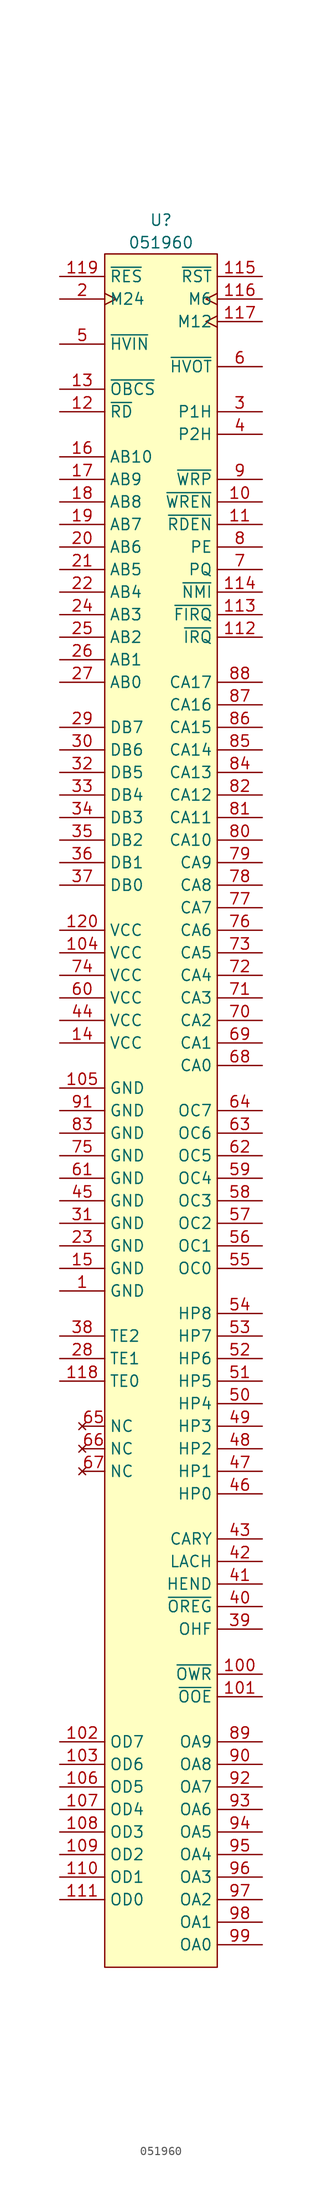
<source format=kicad_sym>
(kicad_symbol_lib
  (version 20231120)
  (generator "kicad_symbol_editor")
  (generator_version "8.0")
  (symbol "051960"
    (property "Reference" "U"
      (at 0 100.33 0)
      (effects (font (size 1.27 1.27))))
    (property "Value" "051960"
      (at 0 97.79 0)
      (effects (font (size 1.27 1.27))))
    (symbol "051960_1_0"
      (pin bidirectional line (at 11.43 -63.5 180) (length 5.08) (name "~{OWR}" (effects (font (size 1.27 1.27)))) (number "100" (effects (font (size 1.27 1.27)))))
      (pin output line (at 11.43 -66.04 180) (length 5.08) (name "~{OOE}" (effects (font (size 1.27 1.27)))) (number "101" (effects (font (size 1.27 1.27)))))
      (pin bidirectional line (at -11.43 -71.12 0) (length 5.08) (name "OD7" (effects (font (size 1.27 1.27)))) (number "102" (effects (font (size 1.27 1.27)))))
      (pin bidirectional line (at -11.43 -73.66 0) (length 5.08) (name "OD6" (effects (font (size 1.27 1.27)))) (number "103" (effects (font (size 1.27 1.27)))))
      (pin bidirectional line (at -11.43 -76.2 0) (length 5.08) (name "OD5" (effects (font (size 1.27 1.27)))) (number "106" (effects (font (size 1.27 1.27)))))
      (pin bidirectional line (at -11.43 -78.74 0) (length 5.08) (name "OD4" (effects (font (size 1.27 1.27)))) (number "107" (effects (font (size 1.27 1.27)))))
      (pin bidirectional line (at -11.43 -81.28 0) (length 5.08) (name "OD3" (effects (font (size 1.27 1.27)))) (number "108" (effects (font (size 1.27 1.27)))))
      (pin bidirectional line (at -11.43 -83.82 0) (length 5.08) (name "OD2" (effects (font (size 1.27 1.27)))) (number "109" (effects (font (size 1.27 1.27)))))
      (pin bidirectional line (at -11.43 -86.36 0) (length 5.08) (name "OD1" (effects (font (size 1.27 1.27)))) (number "110" (effects (font (size 1.27 1.27)))))
      (pin bidirectional line (at -11.43 -88.9 0) (length 5.08) (name "OD0" (effects (font (size 1.27 1.27)))) (number "111" (effects (font (size 1.27 1.27)))))
      (pin input line (at -11.43 73.66 0) (length 5.08) (name "AB10" (effects (font (size 1.27 1.27)))) (number "16" (effects (font (size 1.27 1.27)))))
      (pin input line (at -11.43 71.12 0) (length 5.08) (name "AB9" (effects (font (size 1.27 1.27)))) (number "17" (effects (font (size 1.27 1.27)))))
      (pin input line (at -11.43 68.58 0) (length 5.08) (name "AB8" (effects (font (size 1.27 1.27)))) (number "18" (effects (font (size 1.27 1.27)))))
      (pin input line (at -11.43 66.04 0) (length 5.08) (name "AB7" (effects (font (size 1.27 1.27)))) (number "19" (effects (font (size 1.27 1.27)))))
      (pin input line (at -11.43 63.5 0) (length 5.08) (name "AB6" (effects (font (size 1.27 1.27)))) (number "20" (effects (font (size 1.27 1.27)))))
      (pin input line (at -11.43 60.96 0) (length 5.08) (name "AB5" (effects (font (size 1.27 1.27)))) (number "21" (effects (font (size 1.27 1.27)))))
      (pin input line (at -11.43 58.42 0) (length 5.08) (name "AB4" (effects (font (size 1.27 1.27)))) (number "22" (effects (font (size 1.27 1.27)))))
      (pin input line (at -11.43 55.88 0) (length 5.08) (name "AB3" (effects (font (size 1.27 1.27)))) (number "24" (effects (font (size 1.27 1.27)))))
      (pin input line (at -11.43 53.34 0) (length 5.08) (name "AB2" (effects (font (size 1.27 1.27)))) (number "25" (effects (font (size 1.27 1.27)))))
      (pin input line (at -11.43 50.8 0) (length 5.08) (name "AB1" (effects (font (size 1.27 1.27)))) (number "26" (effects (font (size 1.27 1.27)))))
      (pin input line (at -11.43 48.26 0) (length 5.08) (name "AB0" (effects (font (size 1.27 1.27)))) (number "27" (effects (font (size 1.27 1.27)))))
      (pin bidirectional line (at -11.43 43.18 0) (length 5.08) (name "DB7" (effects (font (size 1.27 1.27)))) (number "29" (effects (font (size 1.27 1.27)))))
      (pin bidirectional line (at -11.43 40.64 0) (length 5.08) (name "DB6" (effects (font (size 1.27 1.27)))) (number "30" (effects (font (size 1.27 1.27)))))
      (pin bidirectional line (at -11.43 38.1 0) (length 5.08) (name "DB5" (effects (font (size 1.27 1.27)))) (number "32" (effects (font (size 1.27 1.27)))))
      (pin bidirectional line (at -11.43 35.56 0) (length 5.08) (name "DB4" (effects (font (size 1.27 1.27)))) (number "33" (effects (font (size 1.27 1.27)))))
      (pin bidirectional line (at -11.43 33.02 0) (length 5.08) (name "DB3" (effects (font (size 1.27 1.27)))) (number "34" (effects (font (size 1.27 1.27)))))
      (pin bidirectional line (at -11.43 30.48 0) (length 5.08) (name "DB2" (effects (font (size 1.27 1.27)))) (number "35" (effects (font (size 1.27 1.27)))))
      (pin bidirectional line (at -11.43 27.94 0) (length 5.08) (name "DB1" (effects (font (size 1.27 1.27)))) (number "36" (effects (font (size 1.27 1.27)))))
      (pin bidirectional line (at -11.43 25.4 0) (length 5.08) (name "DB0" (effects (font (size 1.27 1.27)))) (number "37" (effects (font (size 1.27 1.27)))))
      (pin bidirectional line (at 11.43 -71.12 180) (length 5.08) (name "OA9" (effects (font (size 1.27 1.27)))) (number "89" (effects (font (size 1.27 1.27)))))
      (pin bidirectional line (at 11.43 -73.66 180) (length 5.08) (name "OA8" (effects (font (size 1.27 1.27)))) (number "90" (effects (font (size 1.27 1.27)))))
      (pin bidirectional line (at 11.43 -76.2 180) (length 5.08) (name "OA7" (effects (font (size 1.27 1.27)))) (number "92" (effects (font (size 1.27 1.27)))))
      (pin bidirectional line (at 11.43 -78.74 180) (length 5.08) (name "OA6" (effects (font (size 1.27 1.27)))) (number "93" (effects (font (size 1.27 1.27)))))
      (pin bidirectional line (at 11.43 -81.28 180) (length 5.08) (name "OA5" (effects (font (size 1.27 1.27)))) (number "94" (effects (font (size 1.27 1.27)))))
      (pin bidirectional line (at 11.43 -83.82 180) (length 5.08) (name "OA4" (effects (font (size 1.27 1.27)))) (number "95" (effects (font (size 1.27 1.27)))))
      (pin bidirectional line (at 11.43 -86.36 180) (length 5.08) (name "OA3" (effects (font (size 1.27 1.27)))) (number "96" (effects (font (size 1.27 1.27)))))
      (pin bidirectional line (at 11.43 -88.9 180) (length 5.08) (name "OA2" (effects (font (size 1.27 1.27)))) (number "97" (effects (font (size 1.27 1.27)))))
      (pin bidirectional line (at 11.43 -91.44 180) (length 5.08) (name "OA1" (effects (font (size 1.27 1.27)))) (number "98" (effects (font (size 1.27 1.27)))))
      (pin bidirectional line (at 11.43 -93.98 180) (length 5.08) (name "OA0" (effects (font (size 1.27 1.27)))) (number "99" (effects (font (size 1.27 1.27))))))
    (symbol "051960_1_1"
      (rectangle (start -6.35 96.52) (end 6.35 -96.52) (stroke (width 0) (type default)) (fill (type background)))
      (pin power_in line (at -11.43 -20.32 0) (length 5.08) (name "GND" (effects (font (size 1.27 1.27)))) (number "1" (effects (font (size 1.27 1.27)))))
      (pin output line (at 11.43 68.58 180) (length 5.08) (name "~{WREN}" (effects (font (size 1.27 1.27)))) (number "10" (effects (font (size 1.27 1.27)))))
      (pin power_in line (at -11.43 17.78 0) (length 5.08) (name "VCC" (effects (font (size 1.27 1.27)))) (number "104" (effects (font (size 1.27 1.27)))))
      (pin power_in line (at -11.43 2.54 0) (length 5.08) (name "GND" (effects (font (size 1.27 1.27)))) (number "105" (effects (font (size 1.27 1.27)))))
      (pin output line (at 11.43 66.04 180) (length 5.08) (name "~{RDEN}" (effects (font (size 1.27 1.27)))) (number "11" (effects (font (size 1.27 1.27)))))
      (pin output line (at 11.43 53.34 180) (length 5.08) (name "~{IRQ}" (effects (font (size 1.27 1.27)))) (number "112" (effects (font (size 1.27 1.27)))))
      (pin output line (at 11.43 55.88 180) (length 5.08) (name "~{FIRQ}" (effects (font (size 1.27 1.27)))) (number "113" (effects (font (size 1.27 1.27)))))
      (pin output line (at 11.43 58.42 180) (length 5.08) (name "~{NMI}" (effects (font (size 1.27 1.27)))) (number "114" (effects (font (size 1.27 1.27)))))
      (pin output line (at 11.43 93.98 180) (length 5.08) (name "~{RST}" (effects (font (size 1.27 1.27)))) (number "115" (effects (font (size 1.27 1.27)))))
      (pin output clock (at 11.43 91.44 180) (length 5.08) (name "M6" (effects (font (size 1.27 1.27)))) (number "116" (effects (font (size 1.27 1.27)))))
      (pin output clock (at 11.43 88.9 180) (length 5.08) (name "M12" (effects (font (size 1.27 1.27)))) (number "117" (effects (font (size 1.27 1.27)))))
      (pin input line (at -11.43 -30.48 0) (length 5.08) (name "TE0" (effects (font (size 1.27 1.27)))) (number "118" (effects (font (size 1.27 1.27)))))
      (pin input line (at -11.43 93.98 0) (length 5.08) (name "~{RES}" (effects (font (size 1.27 1.27)))) (number "119" (effects (font (size 1.27 1.27)))))
      (pin input line (at -11.43 78.74 0) (length 5.08) (name "~{RD}" (effects (font (size 1.27 1.27)))) (number "12" (effects (font (size 1.27 1.27)))))
      (pin power_in line (at -11.43 20.32 0) (length 5.08) (name "VCC" (effects (font (size 1.27 1.27)))) (number "120" (effects (font (size 1.27 1.27)))))
      (pin input line (at -11.43 81.28 0) (length 5.08) (name "~{OBCS}" (effects (font (size 1.27 1.27)))) (number "13" (effects (font (size 1.27 1.27)))))
      (pin power_in line (at -11.43 7.62 0) (length 5.08) (name "VCC" (effects (font (size 1.27 1.27)))) (number "14" (effects (font (size 1.27 1.27)))))
      (pin power_in line (at -11.43 -17.78 0) (length 5.08) (name "GND" (effects (font (size 1.27 1.27)))) (number "15" (effects (font (size 1.27 1.27)))))
      (pin input clock (at -11.43 91.44 0) (length 5.08) (name "M24" (effects (font (size 1.27 1.27)))) (number "2" (effects (font (size 1.27 1.27)))))
      (pin power_in line (at -11.43 -15.24 0) (length 5.08) (name "GND" (effects (font (size 1.27 1.27)))) (number "23" (effects (font (size 1.27 1.27)))))
      (pin input line (at -11.43 -27.94 0) (length 5.08) (name "TE1" (effects (font (size 1.27 1.27)))) (number "28" (effects (font (size 1.27 1.27)))))
      (pin output line (at 11.43 78.74 180) (length 5.08) (name "P1H" (effects (font (size 1.27 1.27)))) (number "3" (effects (font (size 1.27 1.27)))))
      (pin power_in line (at -11.43 -12.7 0) (length 5.08) (name "GND" (effects (font (size 1.27 1.27)))) (number "31" (effects (font (size 1.27 1.27)))))
      (pin input line (at -11.43 -25.4 0) (length 5.08) (name "TE2" (effects (font (size 1.27 1.27)))) (number "38" (effects (font (size 1.27 1.27)))))
      (pin output line (at 11.43 -58.42 180) (length 5.08) (name "OHF" (effects (font (size 1.27 1.27)))) (number "39" (effects (font (size 1.27 1.27)))))
      (pin output line (at 11.43 76.2 180) (length 5.08) (name "P2H" (effects (font (size 1.27 1.27)))) (number "4" (effects (font (size 1.27 1.27)))))
      (pin output line (at 11.43 -55.88 180) (length 5.08) (name "~{OREG}" (effects (font (size 1.27 1.27)))) (number "40" (effects (font (size 1.27 1.27)))))
      (pin output line (at 11.43 -53.34 180) (length 5.08) (name "HEND" (effects (font (size 1.27 1.27)))) (number "41" (effects (font (size 1.27 1.27)))))
      (pin output line (at 11.43 -50.8 180) (length 5.08) (name "LACH" (effects (font (size 1.27 1.27)))) (number "42" (effects (font (size 1.27 1.27)))))
      (pin output line (at 11.43 -48.26 180) (length 5.08) (name "CARY" (effects (font (size 1.27 1.27)))) (number "43" (effects (font (size 1.27 1.27)))))
      (pin power_in line (at -11.43 10.16 0) (length 5.08) (name "VCC" (effects (font (size 1.27 1.27)))) (number "44" (effects (font (size 1.27 1.27)))))
      (pin power_in line (at -11.43 -10.16 0) (length 5.08) (name "GND" (effects (font (size 1.27 1.27)))) (number "45" (effects (font (size 1.27 1.27)))))
      (pin output line (at 11.43 -43.18 180) (length 5.08) (name "HP0" (effects (font (size 1.27 1.27)))) (number "46" (effects (font (size 1.27 1.27)))))
      (pin output line (at 11.43 -40.64 180) (length 5.08) (name "HP1" (effects (font (size 1.27 1.27)))) (number "47" (effects (font (size 1.27 1.27)))))
      (pin output line (at 11.43 -38.1 180) (length 5.08) (name "HP2" (effects (font (size 1.27 1.27)))) (number "48" (effects (font (size 1.27 1.27)))))
      (pin output line (at 11.43 -35.56 180) (length 5.08) (name "HP3" (effects (font (size 1.27 1.27)))) (number "49" (effects (font (size 1.27 1.27)))))
      (pin input line (at -11.43 86.36 0) (length 5.08) (name "~{HVIN}" (effects (font (size 1.27 1.27)))) (number "5" (effects (font (size 1.27 1.27)))))
      (pin output line (at 11.43 -33.02 180) (length 5.08) (name "HP4" (effects (font (size 1.27 1.27)))) (number "50" (effects (font (size 1.27 1.27)))))
      (pin output line (at 11.43 -30.48 180) (length 5.08) (name "HP5" (effects (font (size 1.27 1.27)))) (number "51" (effects (font (size 1.27 1.27)))))
      (pin output line (at 11.43 -27.94 180) (length 5.08) (name "HP6" (effects (font (size 1.27 1.27)))) (number "52" (effects (font (size 1.27 1.27)))))
      (pin output line (at 11.43 -25.4 180) (length 5.08) (name "HP7" (effects (font (size 1.27 1.27)))) (number "53" (effects (font (size 1.27 1.27)))))
      (pin output line (at 11.43 -22.86 180) (length 5.08) (name "HP8" (effects (font (size 1.27 1.27)))) (number "54" (effects (font (size 1.27 1.27)))))
      (pin output line (at 11.43 -17.78 180) (length 5.08) (name "OC0" (effects (font (size 1.27 1.27)))) (number "55" (effects (font (size 1.27 1.27)))))
      (pin output line (at 11.43 -15.24 180) (length 5.08) (name "OC1" (effects (font (size 1.27 1.27)))) (number "56" (effects (font (size 1.27 1.27)))))
      (pin output line (at 11.43 -12.7 180) (length 5.08) (name "OC2" (effects (font (size 1.27 1.27)))) (number "57" (effects (font (size 1.27 1.27)))))
      (pin output line (at 11.43 -10.16 180) (length 5.08) (name "OC3" (effects (font (size 1.27 1.27)))) (number "58" (effects (font (size 1.27 1.27)))))
      (pin output line (at 11.43 -7.62 180) (length 5.08) (name "OC4" (effects (font (size 1.27 1.27)))) (number "59" (effects (font (size 1.27 1.27)))))
      (pin output line (at 11.43 83.82 180) (length 5.08) (name "~{HVOT}" (effects (font (size 1.27 1.27)))) (number "6" (effects (font (size 1.27 1.27)))))
      (pin power_in line (at -11.43 12.7 0) (length 5.08) (name "VCC" (effects (font (size 1.27 1.27)))) (number "60" (effects (font (size 1.27 1.27)))))
      (pin power_in line (at -11.43 -7.62 0) (length 5.08) (name "GND" (effects (font (size 1.27 1.27)))) (number "61" (effects (font (size 1.27 1.27)))))
      (pin output line (at 11.43 -5.08 180) (length 5.08) (name "OC5" (effects (font (size 1.27 1.27)))) (number "62" (effects (font (size 1.27 1.27)))))
      (pin output line (at 11.43 -2.54 180) (length 5.08) (name "OC6" (effects (font (size 1.27 1.27)))) (number "63" (effects (font (size 1.27 1.27)))))
      (pin output line (at 11.43 0 180) (length 5.08) (name "OC7" (effects (font (size 1.27 1.27)))) (number "64" (effects (font (size 1.27 1.27)))))
      (pin no_connect line (at -8.89 -35.56 0) (length 2.54) (name "NC" (effects (font (size 1.27 1.27)))) (number "65" (effects (font (size 1.27 1.27)))))
      (pin no_connect line (at -8.89 -38.1 0) (length 2.54) (name "NC" (effects (font (size 1.27 1.27)))) (number "66" (effects (font (size 1.27 1.27)))))
      (pin no_connect line (at -8.89 -40.64 0) (length 2.54) (name "NC" (effects (font (size 1.27 1.27)))) (number "67" (effects (font (size 1.27 1.27)))))
      (pin output line (at 11.43 5.08 180) (length 5.08) (name "CA0" (effects (font (size 1.27 1.27)))) (number "68" (effects (font (size 1.27 1.27)))))
      (pin output line (at 11.43 7.62 180) (length 5.08) (name "CA1" (effects (font (size 1.27 1.27)))) (number "69" (effects (font (size 1.27 1.27)))))
      (pin output line (at 11.43 60.96 180) (length 5.08) (name "PQ" (effects (font (size 1.27 1.27)))) (number "7" (effects (font (size 1.27 1.27)))))
      (pin output line (at 11.43 10.16 180) (length 5.08) (name "CA2" (effects (font (size 1.27 1.27)))) (number "70" (effects (font (size 1.27 1.27)))))
      (pin output line (at 11.43 12.7 180) (length 5.08) (name "CA3" (effects (font (size 1.27 1.27)))) (number "71" (effects (font (size 1.27 1.27)))))
      (pin output line (at 11.43 15.24 180) (length 5.08) (name "CA4" (effects (font (size 1.27 1.27)))) (number "72" (effects (font (size 1.27 1.27)))))
      (pin output line (at 11.43 17.78 180) (length 5.08) (name "CA5" (effects (font (size 1.27 1.27)))) (number "73" (effects (font (size 1.27 1.27)))))
      (pin power_in line (at -11.43 15.24 0) (length 5.08) (name "VCC" (effects (font (size 1.27 1.27)))) (number "74" (effects (font (size 1.27 1.27)))))
      (pin power_in line (at -11.43 -5.08 0) (length 5.08) (name "GND" (effects (font (size 1.27 1.27)))) (number "75" (effects (font (size 1.27 1.27)))))
      (pin output line (at 11.43 20.32 180) (length 5.08) (name "CA6" (effects (font (size 1.27 1.27)))) (number "76" (effects (font (size 1.27 1.27)))))
      (pin output line (at 11.43 22.86 180) (length 5.08) (name "CA7" (effects (font (size 1.27 1.27)))) (number "77" (effects (font (size 1.27 1.27)))))
      (pin output line (at 11.43 25.4 180) (length 5.08) (name "CA8" (effects (font (size 1.27 1.27)))) (number "78" (effects (font (size 1.27 1.27)))))
      (pin output line (at 11.43 27.94 180) (length 5.08) (name "CA9" (effects (font (size 1.27 1.27)))) (number "79" (effects (font (size 1.27 1.27)))))
      (pin output line (at 11.43 63.5 180) (length 5.08) (name "PE" (effects (font (size 1.27 1.27)))) (number "8" (effects (font (size 1.27 1.27)))))
      (pin output line (at 11.43 30.48 180) (length 5.08) (name "CA10" (effects (font (size 1.27 1.27)))) (number "80" (effects (font (size 1.27 1.27)))))
      (pin output line (at 11.43 33.02 180) (length 5.08) (name "CA11" (effects (font (size 1.27 1.27)))) (number "81" (effects (font (size 1.27 1.27)))))
      (pin output line (at 11.43 35.56 180) (length 5.08) (name "CA12" (effects (font (size 1.27 1.27)))) (number "82" (effects (font (size 1.27 1.27)))))
      (pin power_in line (at -11.43 -2.54 0) (length 5.08) (name "GND" (effects (font (size 1.27 1.27)))) (number "83" (effects (font (size 1.27 1.27)))))
      (pin output line (at 11.43 38.1 180) (length 5.08) (name "CA13" (effects (font (size 1.27 1.27)))) (number "84" (effects (font (size 1.27 1.27)))))
      (pin output line (at 11.43 40.64 180) (length 5.08) (name "CA14" (effects (font (size 1.27 1.27)))) (number "85" (effects (font (size 1.27 1.27)))))
      (pin output line (at 11.43 43.18 180) (length 5.08) (name "CA15" (effects (font (size 1.27 1.27)))) (number "86" (effects (font (size 1.27 1.27)))))
      (pin output line (at 11.43 45.72 180) (length 5.08) (name "CA16" (effects (font (size 1.27 1.27)))) (number "87" (effects (font (size 1.27 1.27)))))
      (pin output line (at 11.43 48.26 180) (length 5.08) (name "CA17" (effects (font (size 1.27 1.27)))) (number "88" (effects (font (size 1.27 1.27)))))
      (pin output line (at 11.43 71.12 180) (length 5.08) (name "~{WRP}" (effects (font (size 1.27 1.27)))) (number "9" (effects (font (size 1.27 1.27)))))
      (pin power_in line (at -11.43 0 0) (length 5.08) (name "GND" (effects (font (size 1.27 1.27)))) (number "91" (effects (font (size 1.27 1.27))))))))
</source>
